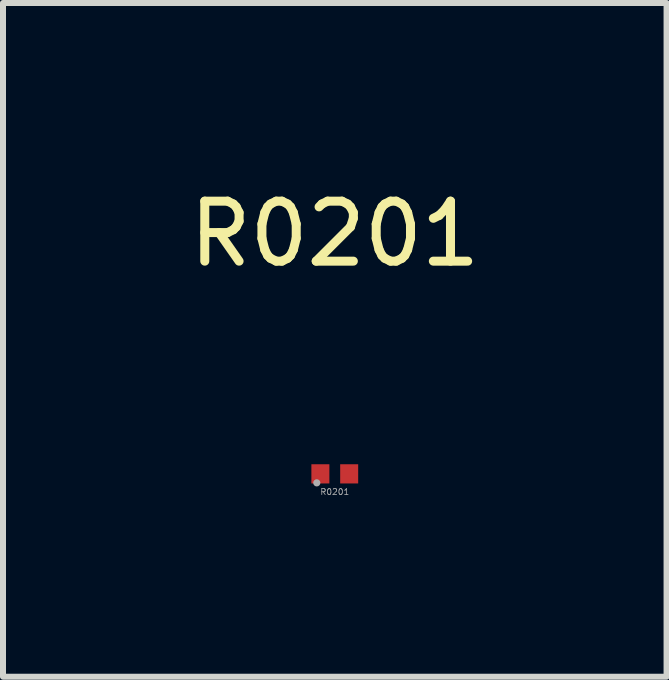
<source format=kicad_pcb>
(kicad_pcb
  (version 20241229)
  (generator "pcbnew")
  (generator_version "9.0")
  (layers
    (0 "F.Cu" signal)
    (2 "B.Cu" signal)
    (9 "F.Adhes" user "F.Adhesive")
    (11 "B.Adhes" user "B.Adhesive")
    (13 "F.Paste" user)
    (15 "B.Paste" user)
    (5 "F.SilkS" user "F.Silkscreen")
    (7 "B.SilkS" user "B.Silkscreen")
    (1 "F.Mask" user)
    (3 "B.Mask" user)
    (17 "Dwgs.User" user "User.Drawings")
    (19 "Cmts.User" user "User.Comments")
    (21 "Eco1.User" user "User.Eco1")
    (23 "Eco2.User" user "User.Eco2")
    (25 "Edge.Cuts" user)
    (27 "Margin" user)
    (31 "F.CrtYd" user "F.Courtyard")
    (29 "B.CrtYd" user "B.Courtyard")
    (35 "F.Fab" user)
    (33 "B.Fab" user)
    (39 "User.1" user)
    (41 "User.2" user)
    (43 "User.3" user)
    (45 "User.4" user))
  (footprint "R0201"
    (layer "F.Cu")
    (at 2.53 4.848)
    (property "Reference" "R0201" (at 0 -4 0) (layer "F.SilkS") (effects (font (size 1 1) (thickness 0.15))))
    (attr through_hole)
    (fp_circle (center -0.3 0.15) (end -0.27 0.15) (stroke (width 0.06) (type solid)) (fill no) (layer "F.Fab"))
    (fp_text user "${REFERENCE}" (at 0 0.3 0) (layer "F.Fab") (effects (font (size 0.1 0.1) (thickness 0.013))))
    (pad "1" smd rect (at -0.24 0) (size 0.3 0.32) (layers "F.Cu" "F.Mask" "F.Paste"))
    (pad "2" smd rect (at 0.24 0) (size 0.3 0.32) (layers "F.Cu" "F.Mask" "F.Paste")))
  (gr_rect
    (start -3 -3)
    (end 8.06 8.229)
    (stroke (width 0.1) (type default))
    (fill no)
    (layer "Edge.Cuts")))
</source>
